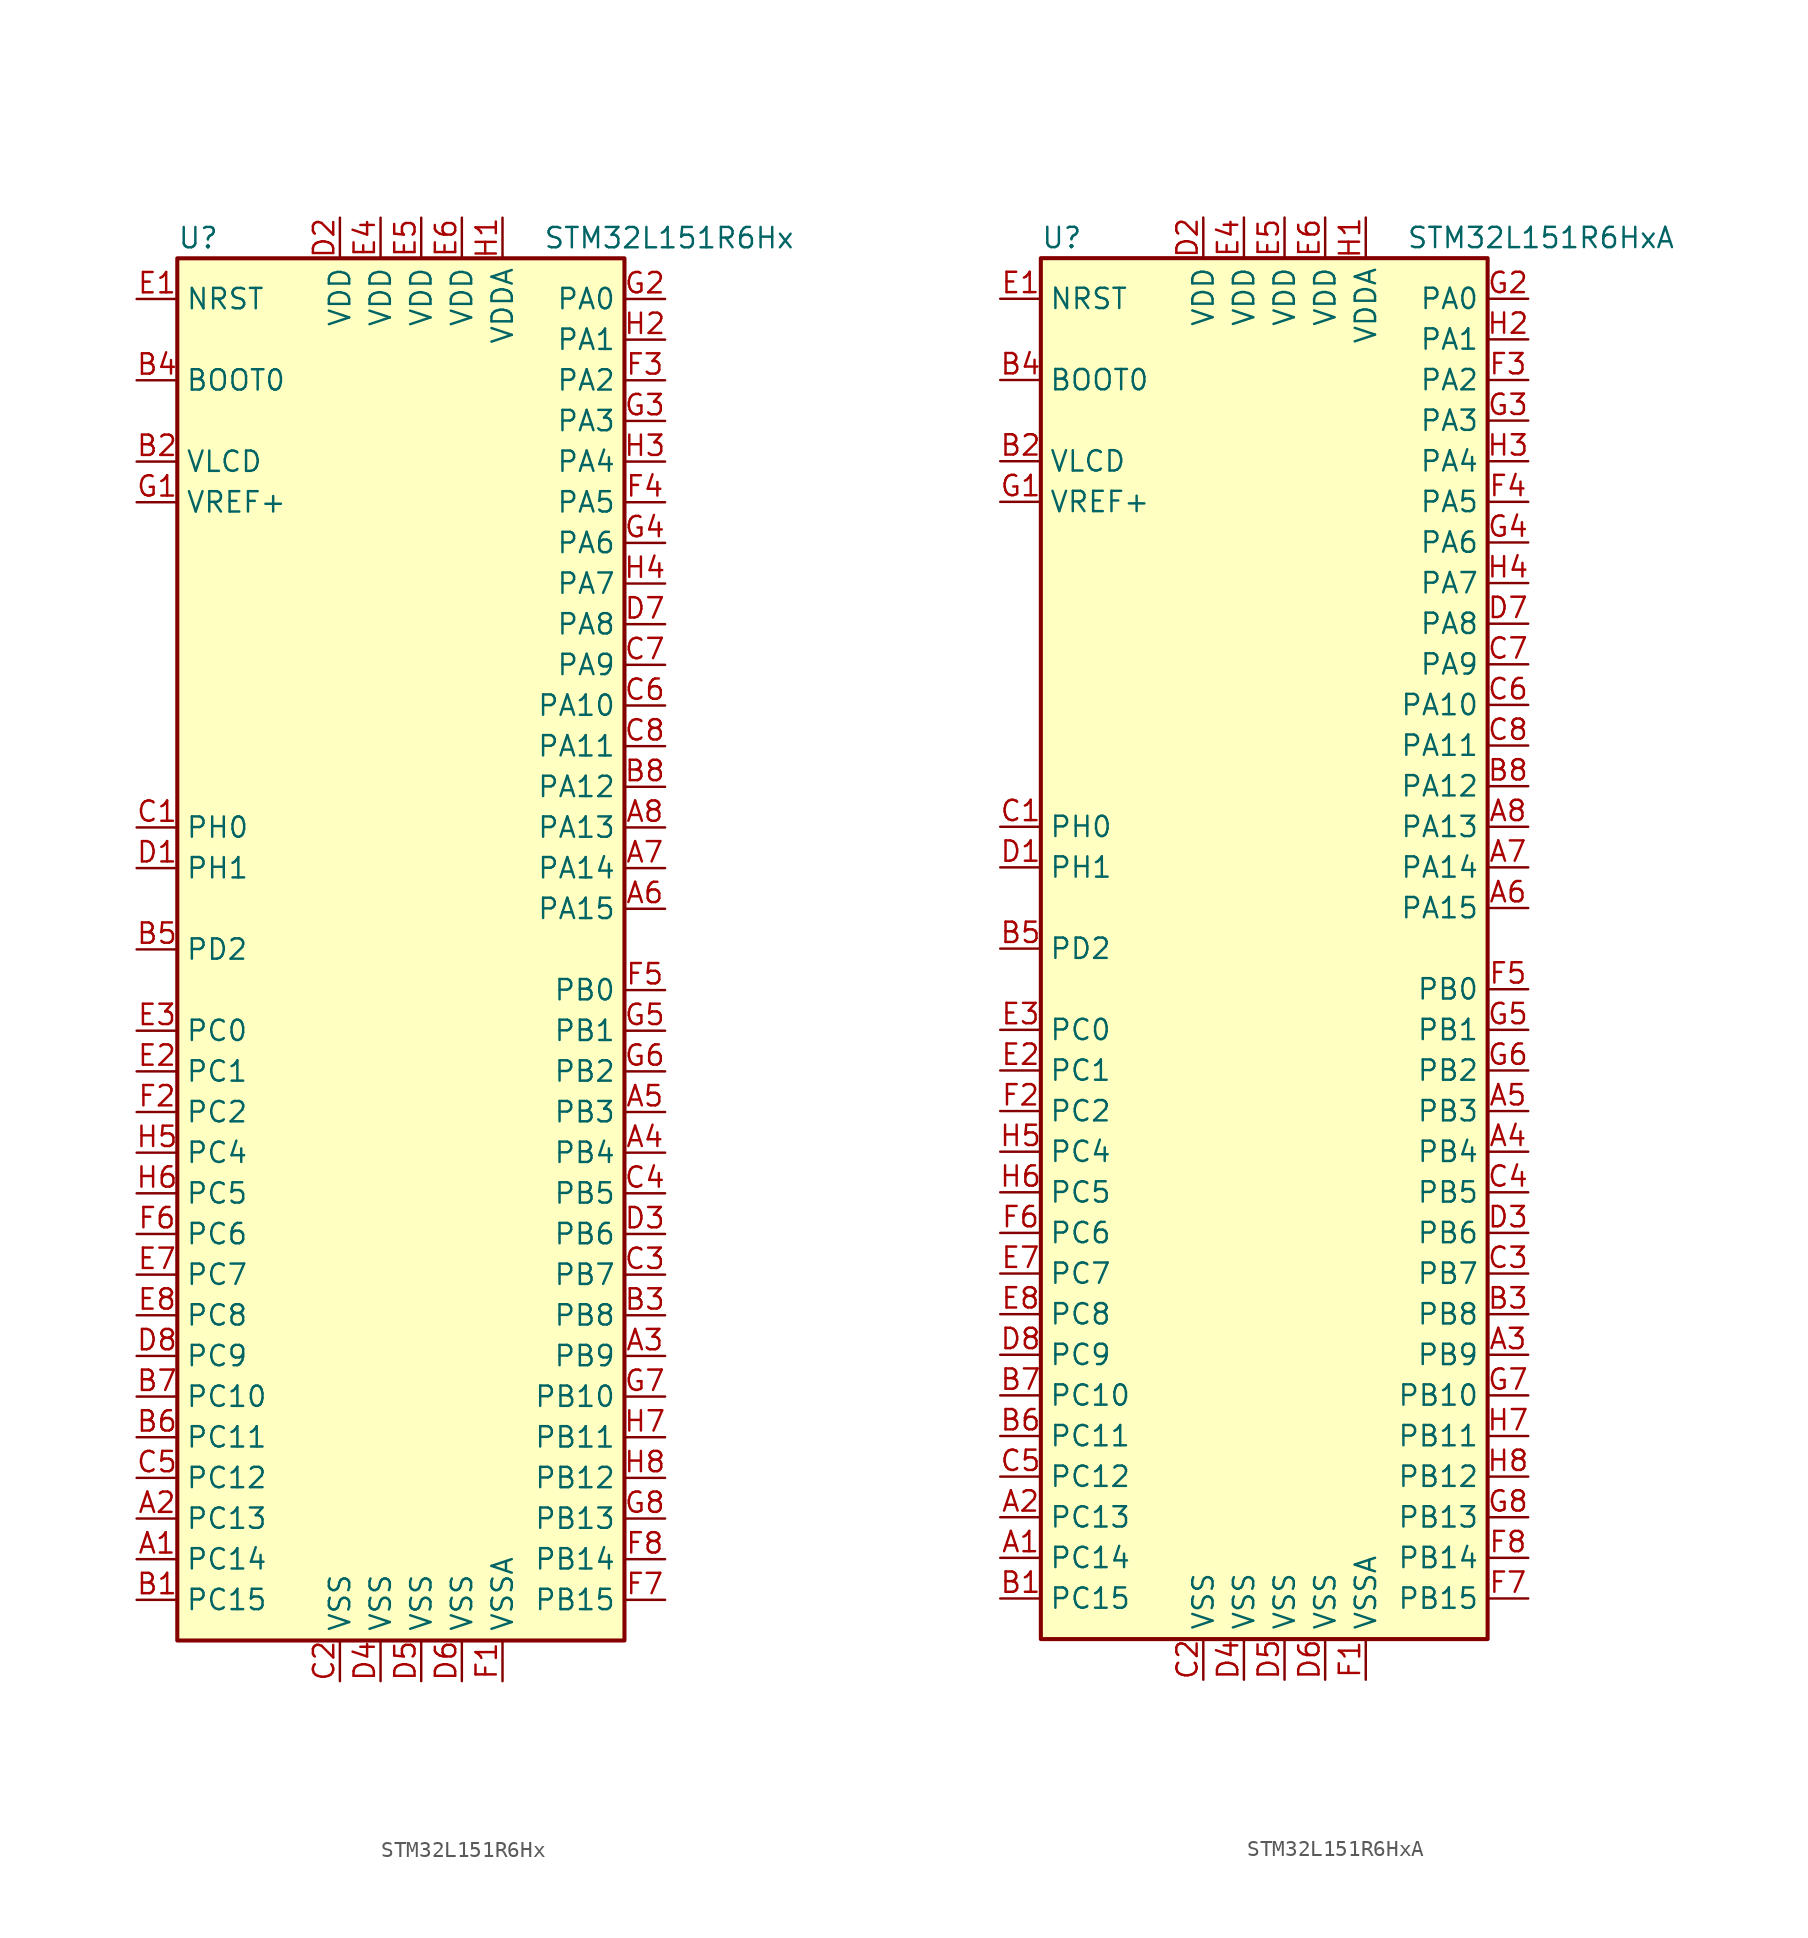
<source format=kicad_sym>
(kicad_symbol_lib
  (version 20201005)
  (generator kicad_symbol_editor)
  (symbol "MCU_ST_STM32L1:STM32L151R6Hx"
    (property "Reference" "U"
      (at -15.24 44.45 0)
      (effects (font (size 1.27 1.27)) (justify left)))
    (property "Value" "STM32L151R6Hx"
      (at 7.62 44.45 0)
      (effects (font (size 1.27 1.27)) (justify left)))
    (symbol "STM32L151R6Hx_0_1"
      (rectangle (start -15.24 -43.18) (end 12.7 43.18) (stroke (width 0.254)) (fill (type background))))
    (symbol "STM32L151R6Hx_1_1"
      (pin input line (at -17.78 35.56 0) (length 2.54) (name "BOOT0" (effects (font (size 1.27 1.27)))) (number "B4" (effects (font (size 1.27 1.27)))))
      (pin input line (at -17.78 40.64 0) (length 2.54) (name "NRST" (effects (font (size 1.27 1.27)))) (number "E1" (effects (font (size 1.27 1.27)))))
      (pin bidirectional line (at 15.24 40.64 180) (length 2.54) (name "PA0" (effects (font (size 1.27 1.27)))) (number "G2" (effects (font (size 1.27 1.27)))))
      (pin bidirectional line (at 15.24 38.1 180) (length 2.54) (name "PA1" (effects (font (size 1.27 1.27)))) (number "H2" (effects (font (size 1.27 1.27)))))
      (pin bidirectional line (at 15.24 15.24 180) (length 2.54) (name "PA10" (effects (font (size 1.27 1.27)))) (number "C6" (effects (font (size 1.27 1.27)))))
      (pin bidirectional line (at 15.24 12.7 180) (length 2.54) (name "PA11" (effects (font (size 1.27 1.27)))) (number "C8" (effects (font (size 1.27 1.27)))))
      (pin bidirectional line (at 15.24 10.16 180) (length 2.54) (name "PA12" (effects (font (size 1.27 1.27)))) (number "B8" (effects (font (size 1.27 1.27)))))
      (pin bidirectional line (at 15.24 7.62 180) (length 2.54) (name "PA13" (effects (font (size 1.27 1.27)))) (number "A8" (effects (font (size 1.27 1.27)))))
      (pin bidirectional line (at 15.24 5.08 180) (length 2.54) (name "PA14" (effects (font (size 1.27 1.27)))) (number "A7" (effects (font (size 1.27 1.27)))))
      (pin bidirectional line (at 15.24 2.54 180) (length 2.54) (name "PA15" (effects (font (size 1.27 1.27)))) (number "A6" (effects (font (size 1.27 1.27)))))
      (pin bidirectional line (at 15.24 35.56 180) (length 2.54) (name "PA2" (effects (font (size 1.27 1.27)))) (number "F3" (effects (font (size 1.27 1.27)))))
      (pin bidirectional line (at 15.24 33.02 180) (length 2.54) (name "PA3" (effects (font (size 1.27 1.27)))) (number "G3" (effects (font (size 1.27 1.27)))))
      (pin bidirectional line (at 15.24 30.48 180) (length 2.54) (name "PA4" (effects (font (size 1.27 1.27)))) (number "H3" (effects (font (size 1.27 1.27)))))
      (pin bidirectional line (at 15.24 27.94 180) (length 2.54) (name "PA5" (effects (font (size 1.27 1.27)))) (number "F4" (effects (font (size 1.27 1.27)))))
      (pin bidirectional line (at 15.24 25.4 180) (length 2.54) (name "PA6" (effects (font (size 1.27 1.27)))) (number "G4" (effects (font (size 1.27 1.27)))))
      (pin bidirectional line (at 15.24 22.86 180) (length 2.54) (name "PA7" (effects (font (size 1.27 1.27)))) (number "H4" (effects (font (size 1.27 1.27)))))
      (pin bidirectional line (at 15.24 20.32 180) (length 2.54) (name "PA8" (effects (font (size 1.27 1.27)))) (number "D7" (effects (font (size 1.27 1.27)))))
      (pin bidirectional line (at 15.24 17.78 180) (length 2.54) (name "PA9" (effects (font (size 1.27 1.27)))) (number "C7" (effects (font (size 1.27 1.27)))))
      (pin bidirectional line (at 15.24 -2.54 180) (length 2.54) (name "PB0" (effects (font (size 1.27 1.27)))) (number "F5" (effects (font (size 1.27 1.27)))))
      (pin bidirectional line (at 15.24 -5.08 180) (length 2.54) (name "PB1" (effects (font (size 1.27 1.27)))) (number "G5" (effects (font (size 1.27 1.27)))))
      (pin bidirectional line (at 15.24 -27.94 180) (length 2.54) (name "PB10" (effects (font (size 1.27 1.27)))) (number "G7" (effects (font (size 1.27 1.27)))))
      (pin bidirectional line (at 15.24 -30.48 180) (length 2.54) (name "PB11" (effects (font (size 1.27 1.27)))) (number "H7" (effects (font (size 1.27 1.27)))))
      (pin bidirectional line (at 15.24 -33.02 180) (length 2.54) (name "PB12" (effects (font (size 1.27 1.27)))) (number "H8" (effects (font (size 1.27 1.27)))))
      (pin bidirectional line (at 15.24 -35.56 180) (length 2.54) (name "PB13" (effects (font (size 1.27 1.27)))) (number "G8" (effects (font (size 1.27 1.27)))))
      (pin bidirectional line (at 15.24 -38.1 180) (length 2.54) (name "PB14" (effects (font (size 1.27 1.27)))) (number "F8" (effects (font (size 1.27 1.27)))))
      (pin bidirectional line (at 15.24 -40.64 180) (length 2.54) (name "PB15" (effects (font (size 1.27 1.27)))) (number "F7" (effects (font (size 1.27 1.27)))))
      (pin bidirectional line (at 15.24 -7.62 180) (length 2.54) (name "PB2" (effects (font (size 1.27 1.27)))) (number "G6" (effects (font (size 1.27 1.27)))))
      (pin bidirectional line (at 15.24 -10.16 180) (length 2.54) (name "PB3" (effects (font (size 1.27 1.27)))) (number "A5" (effects (font (size 1.27 1.27)))))
      (pin bidirectional line (at 15.24 -12.7 180) (length 2.54) (name "PB4" (effects (font (size 1.27 1.27)))) (number "A4" (effects (font (size 1.27 1.27)))))
      (pin bidirectional line (at 15.24 -15.24 180) (length 2.54) (name "PB5" (effects (font (size 1.27 1.27)))) (number "C4" (effects (font (size 1.27 1.27)))))
      (pin bidirectional line (at 15.24 -17.78 180) (length 2.54) (name "PB6" (effects (font (size 1.27 1.27)))) (number "D3" (effects (font (size 1.27 1.27)))))
      (pin bidirectional line (at 15.24 -20.32 180) (length 2.54) (name "PB7" (effects (font (size 1.27 1.27)))) (number "C3" (effects (font (size 1.27 1.27)))))
      (pin bidirectional line (at 15.24 -22.86 180) (length 2.54) (name "PB8" (effects (font (size 1.27 1.27)))) (number "B3" (effects (font (size 1.27 1.27)))))
      (pin bidirectional line (at 15.24 -25.4 180) (length 2.54) (name "PB9" (effects (font (size 1.27 1.27)))) (number "A3" (effects (font (size 1.27 1.27)))))
      (pin bidirectional line (at -17.78 -5.08 0) (length 2.54) (name "PC0" (effects (font (size 1.27 1.27)))) (number "E3" (effects (font (size 1.27 1.27)))))
      (pin bidirectional line (at -17.78 -7.62 0) (length 2.54) (name "PC1" (effects (font (size 1.27 1.27)))) (number "E2" (effects (font (size 1.27 1.27)))))
      (pin bidirectional line (at -17.78 -27.94 0) (length 2.54) (name "PC10" (effects (font (size 1.27 1.27)))) (number "B7" (effects (font (size 1.27 1.27)))))
      (pin bidirectional line (at -17.78 -30.48 0) (length 2.54) (name "PC11" (effects (font (size 1.27 1.27)))) (number "B6" (effects (font (size 1.27 1.27)))))
      (pin bidirectional line (at -17.78 -33.02 0) (length 2.54) (name "PC12" (effects (font (size 1.27 1.27)))) (number "C5" (effects (font (size 1.27 1.27)))))
      (pin bidirectional line (at -17.78 -35.56 0) (length 2.54) (name "PC13" (effects (font (size 1.27 1.27)))) (number "A2" (effects (font (size 1.27 1.27)))))
      (pin bidirectional line (at -17.78 -38.1 0) (length 2.54) (name "PC14" (effects (font (size 1.27 1.27)))) (number "A1" (effects (font (size 1.27 1.27)))))
      (pin bidirectional line (at -17.78 -40.64 0) (length 2.54) (name "PC15" (effects (font (size 1.27 1.27)))) (number "B1" (effects (font (size 1.27 1.27)))))
      (pin bidirectional line (at -17.78 -10.16 0) (length 2.54) (name "PC2" (effects (font (size 1.27 1.27)))) (number "F2" (effects (font (size 1.27 1.27)))))
      (pin bidirectional line (at -17.78 -12.7 0) (length 2.54) (name "PC4" (effects (font (size 1.27 1.27)))) (number "H5" (effects (font (size 1.27 1.27)))))
      (pin bidirectional line (at -17.78 -15.24 0) (length 2.54) (name "PC5" (effects (font (size 1.27 1.27)))) (number "H6" (effects (font (size 1.27 1.27)))))
      (pin bidirectional line (at -17.78 -17.78 0) (length 2.54) (name "PC6" (effects (font (size 1.27 1.27)))) (number "F6" (effects (font (size 1.27 1.27)))))
      (pin bidirectional line (at -17.78 -20.32 0) (length 2.54) (name "PC7" (effects (font (size 1.27 1.27)))) (number "E7" (effects (font (size 1.27 1.27)))))
      (pin bidirectional line (at -17.78 -22.86 0) (length 2.54) (name "PC8" (effects (font (size 1.27 1.27)))) (number "E8" (effects (font (size 1.27 1.27)))))
      (pin bidirectional line (at -17.78 -25.4 0) (length 2.54) (name "PC9" (effects (font (size 1.27 1.27)))) (number "D8" (effects (font (size 1.27 1.27)))))
      (pin bidirectional line (at -17.78 0 0) (length 2.54) (name "PD2" (effects (font (size 1.27 1.27)))) (number "B5" (effects (font (size 1.27 1.27)))))
      (pin input line (at -17.78 7.62 0) (length 2.54) (name "PH0" (effects (font (size 1.27 1.27)))) (number "C1" (effects (font (size 1.27 1.27)))))
      (pin input line (at -17.78 5.08 0) (length 2.54) (name "PH1" (effects (font (size 1.27 1.27)))) (number "D1" (effects (font (size 1.27 1.27)))))
      (pin power_in line (at -5.08 45.72 270) (length 2.54) (name "VDD" (effects (font (size 1.27 1.27)))) (number "D2" (effects (font (size 1.27 1.27)))))
      (pin power_in line (at -2.54 45.72 270) (length 2.54) (name "VDD" (effects (font (size 1.27 1.27)))) (number "E4" (effects (font (size 1.27 1.27)))))
      (pin power_in line (at 0 45.72 270) (length 2.54) (name "VDD" (effects (font (size 1.27 1.27)))) (number "E5" (effects (font (size 1.27 1.27)))))
      (pin power_in line (at 2.54 45.72 270) (length 2.54) (name "VDD" (effects (font (size 1.27 1.27)))) (number "E6" (effects (font (size 1.27 1.27)))))
      (pin power_in line (at 5.08 45.72 270) (length 2.54) (name "VDDA" (effects (font (size 1.27 1.27)))) (number "H1" (effects (font (size 1.27 1.27)))))
      (pin power_in line (at -17.78 30.48 0) (length 2.54) (name "VLCD" (effects (font (size 1.27 1.27)))) (number "B2" (effects (font (size 1.27 1.27)))))
      (pin power_in line (at -17.78 27.94 0) (length 2.54) (name "VREF+" (effects (font (size 1.27 1.27)))) (number "G1" (effects (font (size 1.27 1.27)))))
      (pin power_in line (at -5.08 -45.72 90) (length 2.54) (name "VSS" (effects (font (size 1.27 1.27)))) (number "C2" (effects (font (size 1.27 1.27)))))
      (pin power_in line (at -2.54 -45.72 90) (length 2.54) (name "VSS" (effects (font (size 1.27 1.27)))) (number "D4" (effects (font (size 1.27 1.27)))))
      (pin power_in line (at 0 -45.72 90) (length 2.54) (name "VSS" (effects (font (size 1.27 1.27)))) (number "D5" (effects (font (size 1.27 1.27)))))
      (pin power_in line (at 2.54 -45.72 90) (length 2.54) (name "VSS" (effects (font (size 1.27 1.27)))) (number "D6" (effects (font (size 1.27 1.27)))))
      (pin power_in line (at 5.08 -45.72 90) (length 2.54) (name "VSSA" (effects (font (size 1.27 1.27)))) (number "F1" (effects (font (size 1.27 1.27)))))))
  (symbol "MCU_ST_STM32L1:STM32L151R6HxA"
    (property "Reference" "U"
      (at -15.24 44.45 0)
      (effects (font (size 1.27 1.27)) (justify left)))
    (property "Value" "STM32L151R6HxA"
      (at 7.62 44.45 0)
      (effects (font (size 1.27 1.27)) (justify left)))
    (symbol "STM32L151R6HxA_0_1"
      (rectangle (start -15.24 -43.18) (end 12.7 43.18) (stroke (width 0.254)) (fill (type background))))
    (symbol "STM32L151R6HxA_1_1"
      (pin input line (at -17.78 35.56 0) (length 2.54) (name "BOOT0" (effects (font (size 1.27 1.27)))) (number "B4" (effects (font (size 1.27 1.27)))))
      (pin input line (at -17.78 40.64 0) (length 2.54) (name "NRST" (effects (font (size 1.27 1.27)))) (number "E1" (effects (font (size 1.27 1.27)))))
      (pin bidirectional line (at 15.24 40.64 180) (length 2.54) (name "PA0" (effects (font (size 1.27 1.27)))) (number "G2" (effects (font (size 1.27 1.27)))))
      (pin bidirectional line (at 15.24 38.1 180) (length 2.54) (name "PA1" (effects (font (size 1.27 1.27)))) (number "H2" (effects (font (size 1.27 1.27)))))
      (pin bidirectional line (at 15.24 15.24 180) (length 2.54) (name "PA10" (effects (font (size 1.27 1.27)))) (number "C6" (effects (font (size 1.27 1.27)))))
      (pin bidirectional line (at 15.24 12.7 180) (length 2.54) (name "PA11" (effects (font (size 1.27 1.27)))) (number "C8" (effects (font (size 1.27 1.27)))))
      (pin bidirectional line (at 15.24 10.16 180) (length 2.54) (name "PA12" (effects (font (size 1.27 1.27)))) (number "B8" (effects (font (size 1.27 1.27)))))
      (pin bidirectional line (at 15.24 7.62 180) (length 2.54) (name "PA13" (effects (font (size 1.27 1.27)))) (number "A8" (effects (font (size 1.27 1.27)))))
      (pin bidirectional line (at 15.24 5.08 180) (length 2.54) (name "PA14" (effects (font (size 1.27 1.27)))) (number "A7" (effects (font (size 1.27 1.27)))))
      (pin bidirectional line (at 15.24 2.54 180) (length 2.54) (name "PA15" (effects (font (size 1.27 1.27)))) (number "A6" (effects (font (size 1.27 1.27)))))
      (pin bidirectional line (at 15.24 35.56 180) (length 2.54) (name "PA2" (effects (font (size 1.27 1.27)))) (number "F3" (effects (font (size 1.27 1.27)))))
      (pin bidirectional line (at 15.24 33.02 180) (length 2.54) (name "PA3" (effects (font (size 1.27 1.27)))) (number "G3" (effects (font (size 1.27 1.27)))))
      (pin bidirectional line (at 15.24 30.48 180) (length 2.54) (name "PA4" (effects (font (size 1.27 1.27)))) (number "H3" (effects (font (size 1.27 1.27)))))
      (pin bidirectional line (at 15.24 27.94 180) (length 2.54) (name "PA5" (effects (font (size 1.27 1.27)))) (number "F4" (effects (font (size 1.27 1.27)))))
      (pin bidirectional line (at 15.24 25.4 180) (length 2.54) (name "PA6" (effects (font (size 1.27 1.27)))) (number "G4" (effects (font (size 1.27 1.27)))))
      (pin bidirectional line (at 15.24 22.86 180) (length 2.54) (name "PA7" (effects (font (size 1.27 1.27)))) (number "H4" (effects (font (size 1.27 1.27)))))
      (pin bidirectional line (at 15.24 20.32 180) (length 2.54) (name "PA8" (effects (font (size 1.27 1.27)))) (number "D7" (effects (font (size 1.27 1.27)))))
      (pin bidirectional line (at 15.24 17.78 180) (length 2.54) (name "PA9" (effects (font (size 1.27 1.27)))) (number "C7" (effects (font (size 1.27 1.27)))))
      (pin bidirectional line (at 15.24 -2.54 180) (length 2.54) (name "PB0" (effects (font (size 1.27 1.27)))) (number "F5" (effects (font (size 1.27 1.27)))))
      (pin bidirectional line (at 15.24 -5.08 180) (length 2.54) (name "PB1" (effects (font (size 1.27 1.27)))) (number "G5" (effects (font (size 1.27 1.27)))))
      (pin bidirectional line (at 15.24 -27.94 180) (length 2.54) (name "PB10" (effects (font (size 1.27 1.27)))) (number "G7" (effects (font (size 1.27 1.27)))))
      (pin bidirectional line (at 15.24 -30.48 180) (length 2.54) (name "PB11" (effects (font (size 1.27 1.27)))) (number "H7" (effects (font (size 1.27 1.27)))))
      (pin bidirectional line (at 15.24 -33.02 180) (length 2.54) (name "PB12" (effects (font (size 1.27 1.27)))) (number "H8" (effects (font (size 1.27 1.27)))))
      (pin bidirectional line (at 15.24 -35.56 180) (length 2.54) (name "PB13" (effects (font (size 1.27 1.27)))) (number "G8" (effects (font (size 1.27 1.27)))))
      (pin bidirectional line (at 15.24 -38.1 180) (length 2.54) (name "PB14" (effects (font (size 1.27 1.27)))) (number "F8" (effects (font (size 1.27 1.27)))))
      (pin bidirectional line (at 15.24 -40.64 180) (length 2.54) (name "PB15" (effects (font (size 1.27 1.27)))) (number "F7" (effects (font (size 1.27 1.27)))))
      (pin bidirectional line (at 15.24 -7.62 180) (length 2.54) (name "PB2" (effects (font (size 1.27 1.27)))) (number "G6" (effects (font (size 1.27 1.27)))))
      (pin bidirectional line (at 15.24 -10.16 180) (length 2.54) (name "PB3" (effects (font (size 1.27 1.27)))) (number "A5" (effects (font (size 1.27 1.27)))))
      (pin bidirectional line (at 15.24 -12.7 180) (length 2.54) (name "PB4" (effects (font (size 1.27 1.27)))) (number "A4" (effects (font (size 1.27 1.27)))))
      (pin bidirectional line (at 15.24 -15.24 180) (length 2.54) (name "PB5" (effects (font (size 1.27 1.27)))) (number "C4" (effects (font (size 1.27 1.27)))))
      (pin bidirectional line (at 15.24 -17.78 180) (length 2.54) (name "PB6" (effects (font (size 1.27 1.27)))) (number "D3" (effects (font (size 1.27 1.27)))))
      (pin bidirectional line (at 15.24 -20.32 180) (length 2.54) (name "PB7" (effects (font (size 1.27 1.27)))) (number "C3" (effects (font (size 1.27 1.27)))))
      (pin bidirectional line (at 15.24 -22.86 180) (length 2.54) (name "PB8" (effects (font (size 1.27 1.27)))) (number "B3" (effects (font (size 1.27 1.27)))))
      (pin bidirectional line (at 15.24 -25.4 180) (length 2.54) (name "PB9" (effects (font (size 1.27 1.27)))) (number "A3" (effects (font (size 1.27 1.27)))))
      (pin bidirectional line (at -17.78 -5.08 0) (length 2.54) (name "PC0" (effects (font (size 1.27 1.27)))) (number "E3" (effects (font (size 1.27 1.27)))))
      (pin bidirectional line (at -17.78 -7.62 0) (length 2.54) (name "PC1" (effects (font (size 1.27 1.27)))) (number "E2" (effects (font (size 1.27 1.27)))))
      (pin bidirectional line (at -17.78 -27.94 0) (length 2.54) (name "PC10" (effects (font (size 1.27 1.27)))) (number "B7" (effects (font (size 1.27 1.27)))))
      (pin bidirectional line (at -17.78 -30.48 0) (length 2.54) (name "PC11" (effects (font (size 1.27 1.27)))) (number "B6" (effects (font (size 1.27 1.27)))))
      (pin bidirectional line (at -17.78 -33.02 0) (length 2.54) (name "PC12" (effects (font (size 1.27 1.27)))) (number "C5" (effects (font (size 1.27 1.27)))))
      (pin bidirectional line (at -17.78 -35.56 0) (length 2.54) (name "PC13" (effects (font (size 1.27 1.27)))) (number "A2" (effects (font (size 1.27 1.27)))))
      (pin bidirectional line (at -17.78 -38.1 0) (length 2.54) (name "PC14" (effects (font (size 1.27 1.27)))) (number "A1" (effects (font (size 1.27 1.27)))))
      (pin bidirectional line (at -17.78 -40.64 0) (length 2.54) (name "PC15" (effects (font (size 1.27 1.27)))) (number "B1" (effects (font (size 1.27 1.27)))))
      (pin bidirectional line (at -17.78 -10.16 0) (length 2.54) (name "PC2" (effects (font (size 1.27 1.27)))) (number "F2" (effects (font (size 1.27 1.27)))))
      (pin bidirectional line (at -17.78 -12.7 0) (length 2.54) (name "PC4" (effects (font (size 1.27 1.27)))) (number "H5" (effects (font (size 1.27 1.27)))))
      (pin bidirectional line (at -17.78 -15.24 0) (length 2.54) (name "PC5" (effects (font (size 1.27 1.27)))) (number "H6" (effects (font (size 1.27 1.27)))))
      (pin bidirectional line (at -17.78 -17.78 0) (length 2.54) (name "PC6" (effects (font (size 1.27 1.27)))) (number "F6" (effects (font (size 1.27 1.27)))))
      (pin bidirectional line (at -17.78 -20.32 0) (length 2.54) (name "PC7" (effects (font (size 1.27 1.27)))) (number "E7" (effects (font (size 1.27 1.27)))))
      (pin bidirectional line (at -17.78 -22.86 0) (length 2.54) (name "PC8" (effects (font (size 1.27 1.27)))) (number "E8" (effects (font (size 1.27 1.27)))))
      (pin bidirectional line (at -17.78 -25.4 0) (length 2.54) (name "PC9" (effects (font (size 1.27 1.27)))) (number "D8" (effects (font (size 1.27 1.27)))))
      (pin bidirectional line (at -17.78 0 0) (length 2.54) (name "PD2" (effects (font (size 1.27 1.27)))) (number "B5" (effects (font (size 1.27 1.27)))))
      (pin input line (at -17.78 7.62 0) (length 2.54) (name "PH0" (effects (font (size 1.27 1.27)))) (number "C1" (effects (font (size 1.27 1.27)))))
      (pin input line (at -17.78 5.08 0) (length 2.54) (name "PH1" (effects (font (size 1.27 1.27)))) (number "D1" (effects (font (size 1.27 1.27)))))
      (pin power_in line (at -5.08 45.72 270) (length 2.54) (name "VDD" (effects (font (size 1.27 1.27)))) (number "D2" (effects (font (size 1.27 1.27)))))
      (pin power_in line (at -2.54 45.72 270) (length 2.54) (name "VDD" (effects (font (size 1.27 1.27)))) (number "E4" (effects (font (size 1.27 1.27)))))
      (pin power_in line (at 0 45.72 270) (length 2.54) (name "VDD" (effects (font (size 1.27 1.27)))) (number "E5" (effects (font (size 1.27 1.27)))))
      (pin power_in line (at 2.54 45.72 270) (length 2.54) (name "VDD" (effects (font (size 1.27 1.27)))) (number "E6" (effects (font (size 1.27 1.27)))))
      (pin power_in line (at 5.08 45.72 270) (length 2.54) (name "VDDA" (effects (font (size 1.27 1.27)))) (number "H1" (effects (font (size 1.27 1.27)))))
      (pin power_in line (at -17.78 30.48 0) (length 2.54) (name "VLCD" (effects (font (size 1.27 1.27)))) (number "B2" (effects (font (size 1.27 1.27)))))
      (pin power_in line (at -17.78 27.94 0) (length 2.54) (name "VREF+" (effects (font (size 1.27 1.27)))) (number "G1" (effects (font (size 1.27 1.27)))))
      (pin power_in line (at -5.08 -45.72 90) (length 2.54) (name "VSS" (effects (font (size 1.27 1.27)))) (number "C2" (effects (font (size 1.27 1.27)))))
      (pin power_in line (at -2.54 -45.72 90) (length 2.54) (name "VSS" (effects (font (size 1.27 1.27)))) (number "D4" (effects (font (size 1.27 1.27)))))
      (pin power_in line (at 0 -45.72 90) (length 2.54) (name "VSS" (effects (font (size 1.27 1.27)))) (number "D5" (effects (font (size 1.27 1.27)))))
      (pin power_in line (at 2.54 -45.72 90) (length 2.54) (name "VSS" (effects (font (size 1.27 1.27)))) (number "D6" (effects (font (size 1.27 1.27)))))
      (pin power_in line (at 5.08 -45.72 90) (length 2.54) (name "VSSA" (effects (font (size 1.27 1.27)))) (number "F1" (effects (font (size 1.27 1.27))))))))
</source>
